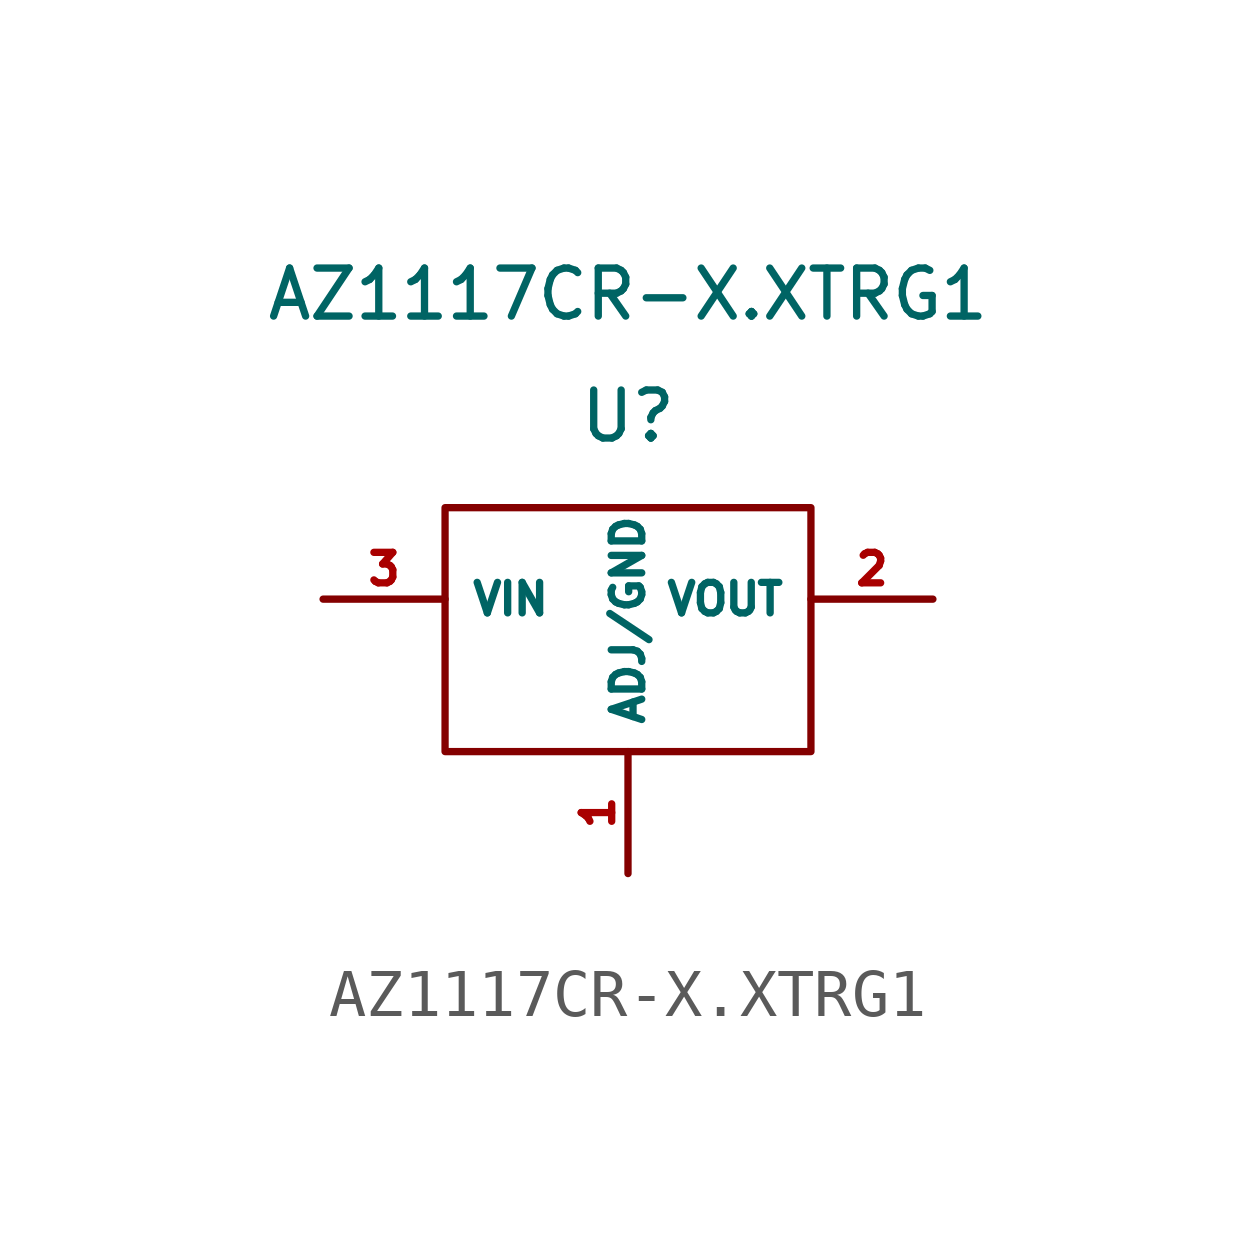
<source format=kicad_sym>
(kicad_symbol_lib
  (version 20211014)
  (generator kicad_symbol_editor)
  (symbol "AZ1117CR-X.XTRG1"
    (property "Reference" "U"
      (at 0 3.81 0)
      (effects (font (size 1 1))))
    (property "Value" "AZ1117CR-X.XTRG1"
      (at 0 6.35 0)
      (effects (font (size 1 1))))
    (symbol "AZ1117CR-X.XTRG1_0_1"
      (rectangle (start -3.81 1.905) (end 3.81 -3.175) (stroke (width 0.152) (type default) (color 0 0 0 0)) (fill (type none))))
    (symbol "AZ1117CR-X.XTRG1_1_1"
      (pin power_in line (at 0 -5.715 90) (length 2.54) (name "ADJ/GND" (effects (font (size 0.635 0.635)))) (number "1" (effects (font (size 0.635 0.635)))))
      (pin power_out line (at 6.35 0 180) (length 2.54) (name "VOUT" (effects (font (size 0.635 0.635)))) (number "2" (effects (font (size 0.635 0.635)))))
      (pin power_in line (at -6.35 0 0) (length 2.54) (name "VIN" (effects (font (size 0.635 0.635)))) (number "3" (effects (font (size 0.635 0.635))))))))
</source>
